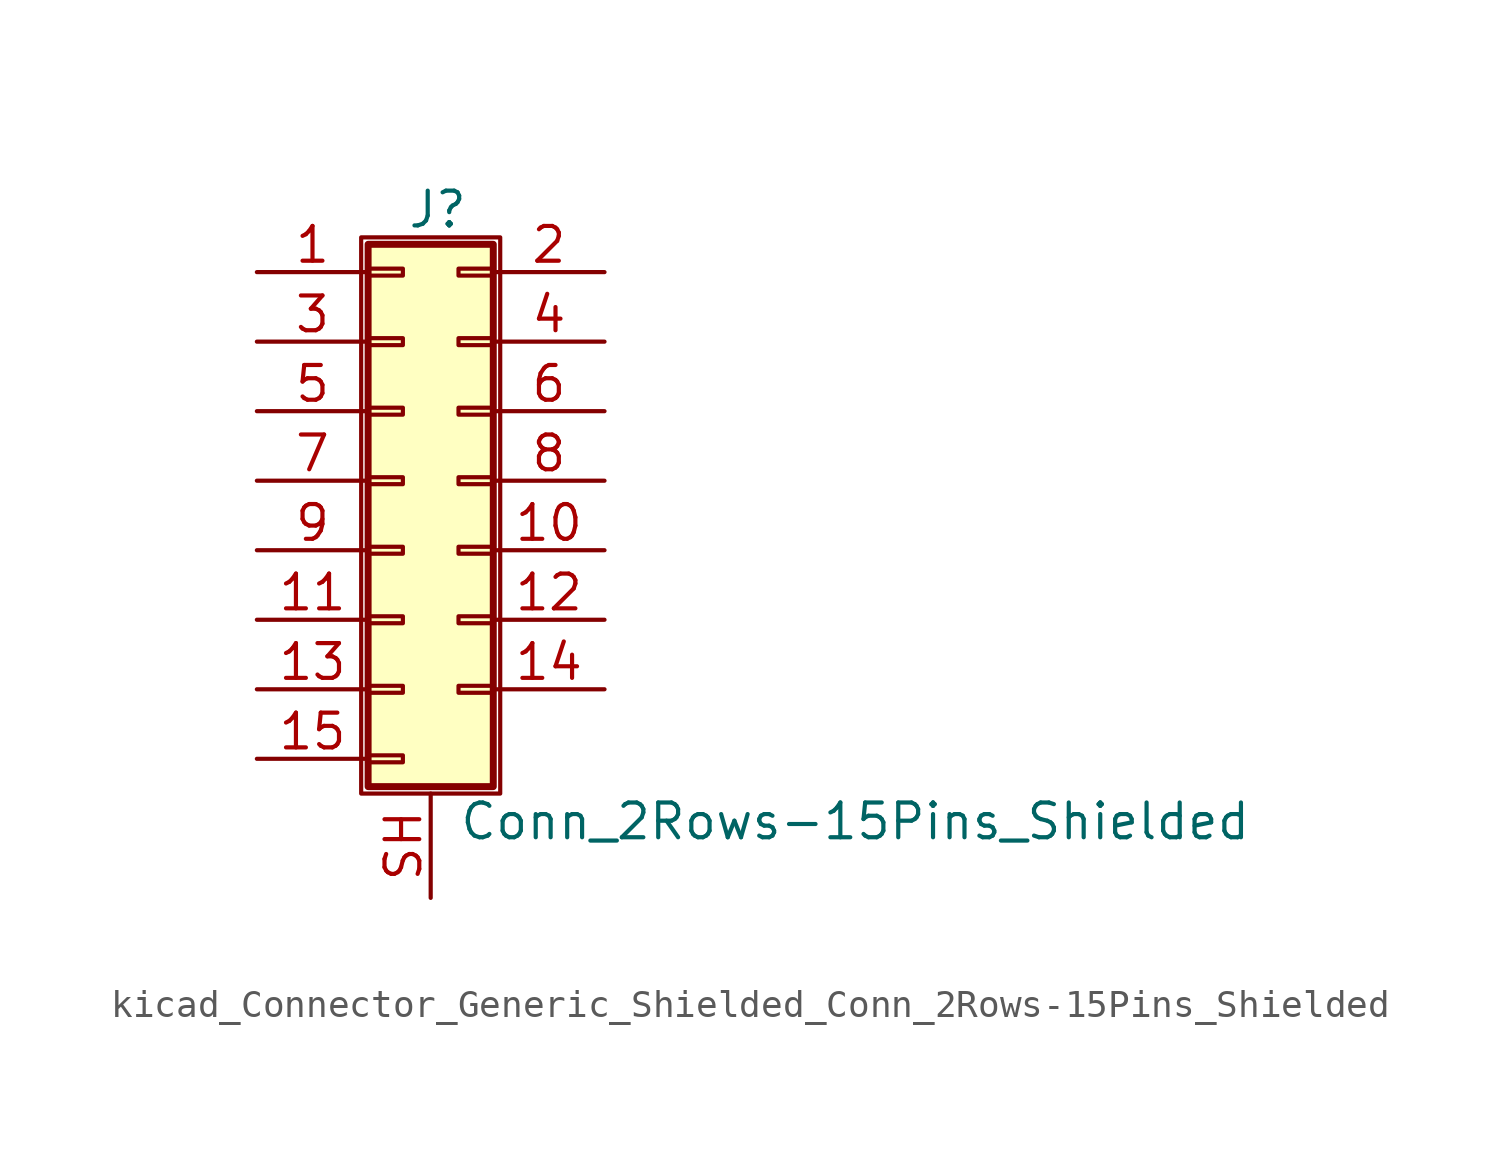
<source format=kicad_sym>
(kicad_symbol_lib
  (version 20220914)
  (generator kicad_symbol_editor)
  (symbol "kicad_Connector_Generic_Shielded_Conn_2Rows-15Pins_Shielded"
    (pin_names
      (offset 1.016) hide)
    (property "Reference" "J"
      (at 1.524 9.906 0)
      (effects (font (size 1.27 1.27))))
    (property "Value" "Conn_2Rows-15Pins_Shielded"
      (at 2.286 -12.446 0)
      (effects (font (size 1.27 1.27)) (justify left)))
    (symbol "kicad_Connector_Generic_Shielded_Conn_2Rows-15Pins_Shielded_1_1"
      (rectangle (start -1.27 8.89) (end 3.81 -11.43) (stroke (width 0.152) (type default)) (fill (type none)))
      (rectangle (start -1.016 -10.033) (end 0.254 -10.287) (stroke (width 0.152) (type default)) (fill (type none)))
      (rectangle (start -1.016 -7.493) (end 0.254 -7.747) (stroke (width 0.152) (type default)) (fill (type none)))
      (rectangle (start -1.016 -4.953) (end 0.254 -5.207) (stroke (width 0.152) (type default)) (fill (type none)))
      (rectangle (start -1.016 -2.413) (end 0.254 -2.667) (stroke (width 0.152) (type default)) (fill (type none)))
      (rectangle (start -1.016 0.127) (end 0.254 -0.127) (stroke (width 0.152) (type default)) (fill (type none)))
      (rectangle (start -1.016 2.667) (end 0.254 2.413) (stroke (width 0.152) (type default)) (fill (type none)))
      (rectangle (start -1.016 5.207) (end 0.254 4.953) (stroke (width 0.152) (type default)) (fill (type none)))
      (rectangle (start -1.016 7.747) (end 0.254 7.493) (stroke (width 0.152) (type default)) (fill (type none)))
      (rectangle (start -1.016 8.636) (end 3.556 -11.176) (stroke (width 0.254) (type default)) (fill (type background)))
      (rectangle (start 3.556 -7.493) (end 2.286 -7.747) (stroke (width 0.152) (type default)) (fill (type none)))
      (rectangle (start 3.556 -4.953) (end 2.286 -5.207) (stroke (width 0.152) (type default)) (fill (type none)))
      (rectangle (start 3.556 -2.413) (end 2.286 -2.667) (stroke (width 0.152) (type default)) (fill (type none)))
      (rectangle (start 3.556 0.127) (end 2.286 -0.127) (stroke (width 0.152) (type default)) (fill (type none)))
      (rectangle (start 3.556 2.667) (end 2.286 2.413) (stroke (width 0.152) (type default)) (fill (type none)))
      (rectangle (start 3.556 5.207) (end 2.286 4.953) (stroke (width 0.152) (type default)) (fill (type none)))
      (rectangle (start 3.556 7.747) (end 2.286 7.493) (stroke (width 0.152) (type default)) (fill (type none)))
      (pin passive line (at -5.08 7.62 0) (length 4.064) (name "Pin_1" (effects (font (size 1.27 1.27)))) (number "1" (effects (font (size 1.27 1.27)))))
      (pin passive line (at 7.62 -2.54 180) (length 4.064) (name "Pin_10" (effects (font (size 1.27 1.27)))) (number "10" (effects (font (size 1.27 1.27)))))
      (pin passive line (at -5.08 -5.08 0) (length 4.064) (name "Pin_11" (effects (font (size 1.27 1.27)))) (number "11" (effects (font (size 1.27 1.27)))))
      (pin passive line (at 7.62 -5.08 180) (length 4.064) (name "Pin_12" (effects (font (size 1.27 1.27)))) (number "12" (effects (font (size 1.27 1.27)))))
      (pin passive line (at -5.08 -7.62 0) (length 4.064) (name "Pin_13" (effects (font (size 1.27 1.27)))) (number "13" (effects (font (size 1.27 1.27)))))
      (pin passive line (at 7.62 -7.62 180) (length 4.064) (name "Pin_14" (effects (font (size 1.27 1.27)))) (number "14" (effects (font (size 1.27 1.27)))))
      (pin passive line (at -5.08 -10.16 0) (length 4.064) (name "Pin_15" (effects (font (size 1.27 1.27)))) (number "15" (effects (font (size 1.27 1.27)))))
      (pin passive line (at 7.62 7.62 180) (length 4.064) (name "Pin_2" (effects (font (size 1.27 1.27)))) (number "2" (effects (font (size 1.27 1.27)))))
      (pin passive line (at -5.08 5.08 0) (length 4.064) (name "Pin_3" (effects (font (size 1.27 1.27)))) (number "3" (effects (font (size 1.27 1.27)))))
      (pin passive line (at 7.62 5.08 180) (length 4.064) (name "Pin_4" (effects (font (size 1.27 1.27)))) (number "4" (effects (font (size 1.27 1.27)))))
      (pin passive line (at -5.08 2.54 0) (length 4.064) (name "Pin_5" (effects (font (size 1.27 1.27)))) (number "5" (effects (font (size 1.27 1.27)))))
      (pin passive line (at 7.62 2.54 180) (length 4.064) (name "Pin_6" (effects (font (size 1.27 1.27)))) (number "6" (effects (font (size 1.27 1.27)))))
      (pin passive line (at -5.08 0 0) (length 4.064) (name "Pin_7" (effects (font (size 1.27 1.27)))) (number "7" (effects (font (size 1.27 1.27)))))
      (pin passive line (at 7.62 0 180) (length 4.064) (name "Pin_8" (effects (font (size 1.27 1.27)))) (number "8" (effects (font (size 1.27 1.27)))))
      (pin passive line (at -5.08 -2.54 0) (length 4.064) (name "Pin_9" (effects (font (size 1.27 1.27)))) (number "9" (effects (font (size 1.27 1.27)))))
      (pin passive line (at 1.27 -15.24 90) (length 3.81) (name "Shield" (effects (font (size 1.27 1.27)))) (number "SH" (effects (font (size 1.27 1.27))))))))
</source>
